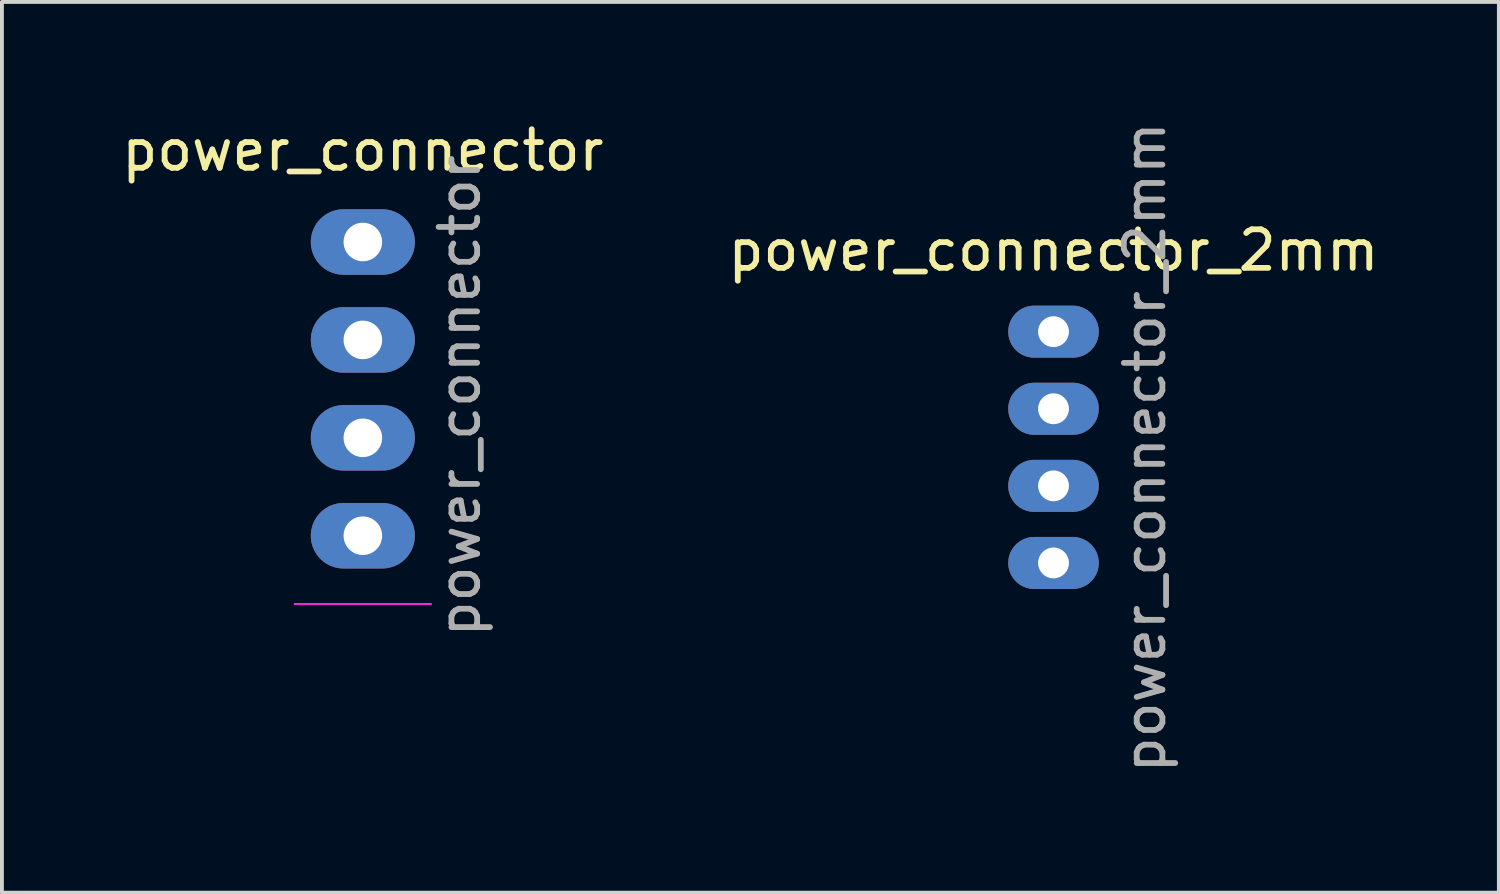
<source format=kicad_pcb>
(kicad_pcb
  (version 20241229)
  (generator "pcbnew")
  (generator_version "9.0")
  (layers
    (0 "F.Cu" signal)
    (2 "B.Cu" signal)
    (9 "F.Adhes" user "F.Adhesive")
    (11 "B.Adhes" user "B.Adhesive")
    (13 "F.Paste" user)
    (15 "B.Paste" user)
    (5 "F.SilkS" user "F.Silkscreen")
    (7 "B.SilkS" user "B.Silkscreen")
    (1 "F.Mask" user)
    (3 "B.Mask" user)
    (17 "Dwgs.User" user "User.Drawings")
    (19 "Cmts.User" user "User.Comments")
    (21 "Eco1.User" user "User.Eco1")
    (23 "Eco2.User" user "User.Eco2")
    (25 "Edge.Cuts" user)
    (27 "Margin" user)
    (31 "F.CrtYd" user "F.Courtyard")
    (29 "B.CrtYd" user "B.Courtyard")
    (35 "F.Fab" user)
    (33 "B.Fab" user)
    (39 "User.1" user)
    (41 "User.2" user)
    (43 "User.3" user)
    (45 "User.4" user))
  (footprint "power_connector"
    (layer "F.Cu")
    (at 6.363 3.228)
    (property "Reference" "power_connector" (at 0 -2.38 0) (layer "F.SilkS") (effects (font (size 1 1) (thickness 0.15))))
    (attr through_hole)
    (fp_line (start -1.77 9.39) (end 1.77 9.39) (stroke (width 0.05) (type solid)) (layer "F.CrtYd"))
    (fp_text user "${REFERENCE}" (at 2.51 3.99 90) (layer "F.Fab") (effects (font (size 1 1) (thickness 0.15))))
    (pad "1" thru_hole oval (at 0 0) (size 2.7 1.7) (drill 1) (layers "*.Cu" "*.Mask"))
    (pad "2" thru_hole oval (at 0 2.54) (size 2.7 1.7) (drill 1) (layers "*.Cu" "*.Mask"))
    (pad "3" thru_hole oval (at 0 5.08) (size 2.7 1.7) (drill 1) (layers "*.Cu" "*.Mask"))
    (pad "4" thru_hole oval (at 0 7.62) (size 2.7 1.7) (drill 1) (layers "*.Cu" "*.Mask")))
  (footprint "power_connector_2mm"
    (layer "F.Cu")
    (at 24.28 5.554)
    (property "Reference" "power_connector_2mm" (at 0 -2.11 0) (layer "F.SilkS") (effects (font (size 1 1) (thickness 0.15))))
    (attr through_hole)
    (fp_text user "${REFERENCE}" (at 2.37 3 90) (layer "F.Fab") (effects (font (size 1 1) (thickness 0.15))))
    (pad "1" thru_hole oval (at 0 0) (size 2.35 1.35) (drill 0.8) (layers "*.Cu" "*.Mask"))
    (pad "2" thru_hole oval (at 0 2) (size 2.35 1.35) (drill 0.8) (layers "*.Cu" "*.Mask"))
    (pad "3" thru_hole oval (at 0 4) (size 2.35 1.35) (drill 0.8) (layers "*.Cu" "*.Mask"))
    (pad "4" thru_hole oval (at 0 6) (size 2.35 1.35) (drill 0.8) (layers "*.Cu" "*.Mask")))
  (gr_rect
    (start -3 -3)
    (end 35.833 20.107)
    (stroke (width 0.1) (type default))
    (fill no)
    (layer "Edge.Cuts")))
</source>
